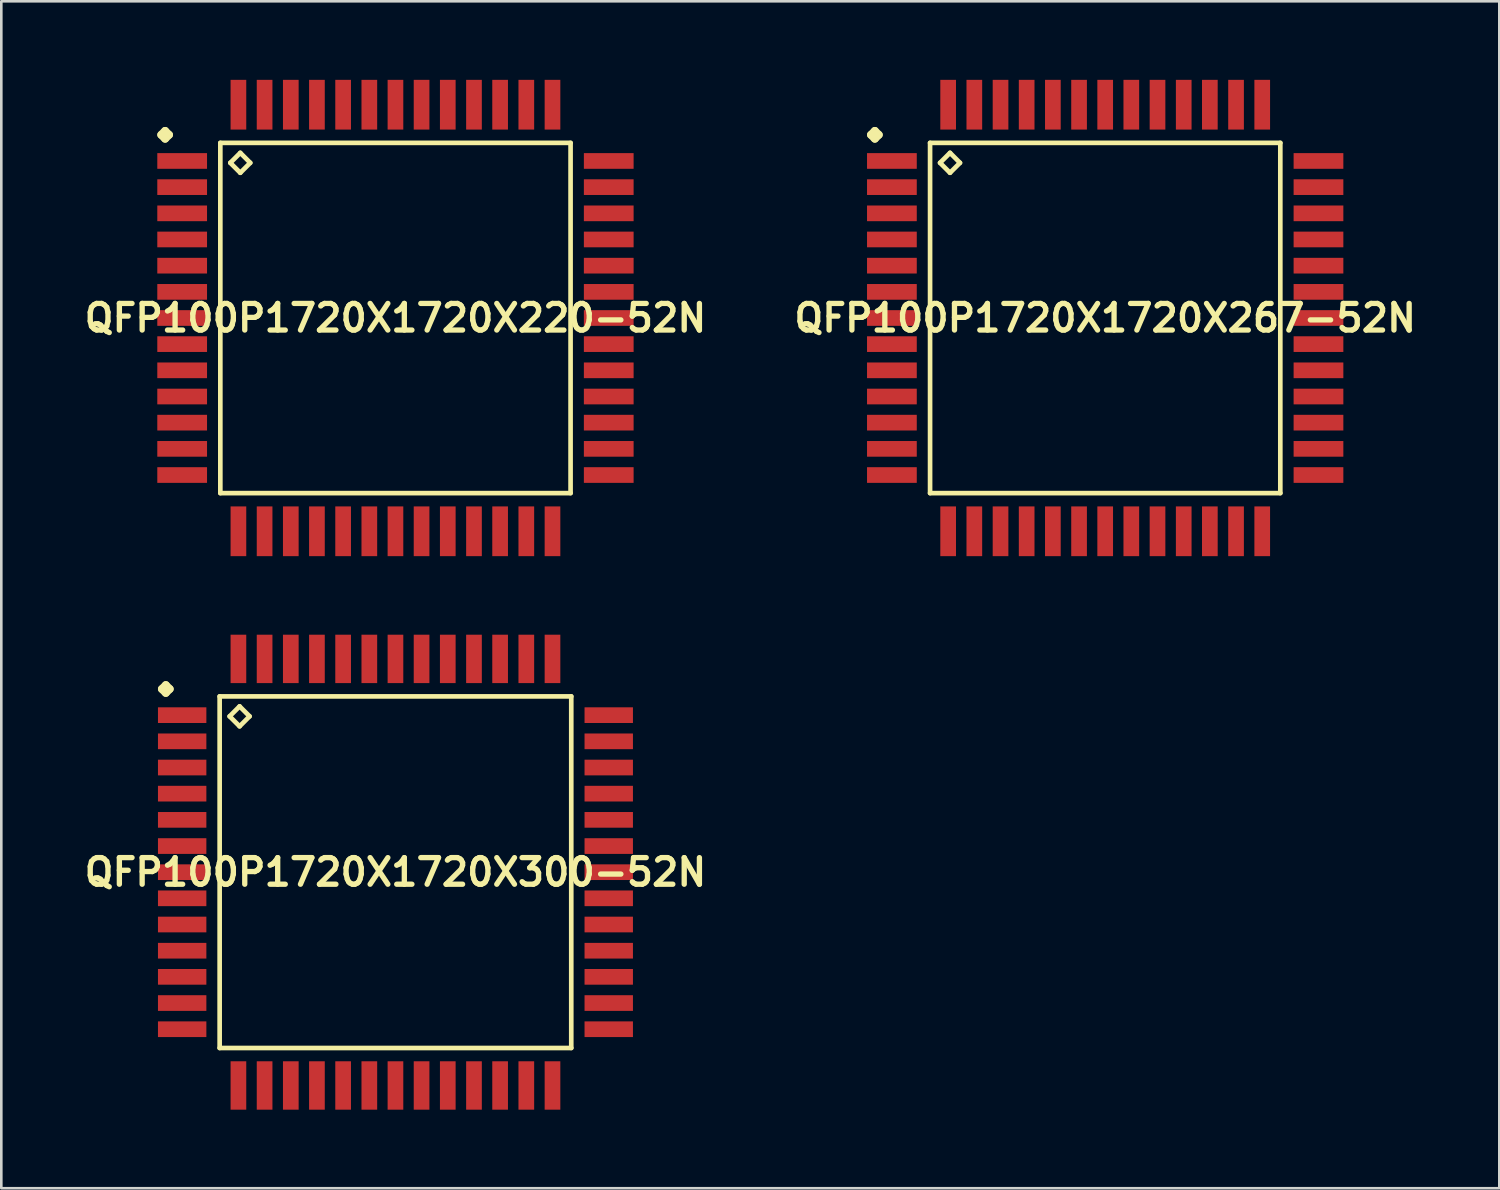
<source format=kicad_pcb>
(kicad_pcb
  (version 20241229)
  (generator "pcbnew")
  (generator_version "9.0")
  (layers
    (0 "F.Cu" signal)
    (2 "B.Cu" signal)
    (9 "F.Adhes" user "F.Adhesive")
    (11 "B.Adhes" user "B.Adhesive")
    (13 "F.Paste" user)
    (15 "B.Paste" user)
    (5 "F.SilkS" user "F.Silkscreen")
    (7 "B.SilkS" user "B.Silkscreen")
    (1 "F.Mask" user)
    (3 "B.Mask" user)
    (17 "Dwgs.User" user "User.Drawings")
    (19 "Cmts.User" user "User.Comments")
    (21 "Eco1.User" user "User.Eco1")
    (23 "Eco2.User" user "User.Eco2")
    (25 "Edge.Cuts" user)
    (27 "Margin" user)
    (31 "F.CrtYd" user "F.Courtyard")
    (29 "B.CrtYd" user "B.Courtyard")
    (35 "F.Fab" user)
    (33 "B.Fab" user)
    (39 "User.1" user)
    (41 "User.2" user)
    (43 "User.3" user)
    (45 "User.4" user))
  (footprint "QFP100P1720X1720X267-52N"
    (layer "F.Cu")
    (at 39.17 9.098)
    (property "Reference" "QFP100P1720X1720X267-52N" (at 0 0 0) (layer "F.SilkS") (effects (font (size 1.016 1.016) (thickness 0.203))))
    (attr smd)
    (fp_line (start -8.948 -6.998) (end -8.799 -7.148) (stroke (width 0.3) (type solid)) (layer "F.SilkS"))
    (fp_line (start -8.799 -7.148) (end -8.649 -6.998) (stroke (width 0.3) (type solid)) (layer "F.SilkS"))
    (fp_line (start -8.799 -6.848) (end -8.948 -6.998) (stroke (width 0.3) (type solid)) (layer "F.SilkS"))
    (fp_line (start -8.649 -6.998) (end -8.799 -6.848) (stroke (width 0.3) (type solid)) (layer "F.SilkS"))
    (fp_line (start -6.69 -6.69) (end -6.69 6.69) (stroke (width 0.178) (type solid)) (layer "F.SilkS"))
    (fp_line (start -6.69 6.69) (end 6.69 6.69) (stroke (width 0.178) (type solid)) (layer "F.SilkS"))
    (fp_line (start -6.309 -5.928) (end -5.928 -6.309) (stroke (width 0.178) (type solid)) (layer "F.SilkS"))
    (fp_line (start -5.928 -6.309) (end -5.547 -5.928) (stroke (width 0.178) (type solid)) (layer "F.SilkS"))
    (fp_line (start -5.928 -5.547) (end -6.309 -5.928) (stroke (width 0.178) (type solid)) (layer "F.SilkS"))
    (fp_line (start -5.547 -5.928) (end -5.928 -5.547) (stroke (width 0.178) (type solid)) (layer "F.SilkS"))
    (fp_line (start 6.69 -6.69) (end -6.69 -6.69) (stroke (width 0.178) (type solid)) (layer "F.SilkS"))
    (fp_line (start 6.69 6.69) (end 6.69 -6.69) (stroke (width 0.178) (type solid)) (layer "F.SilkS"))
    (pad "1" smd rect (at -8.148 -5.999) (size 1.9 0.599) (layers "F.Cu" "F.Mask" "F.Paste"))
    (pad "2" smd rect (at -8.148 -4.999) (size 1.9 0.599) (layers "F.Cu" "F.Mask" "F.Paste"))
    (pad "3" smd rect (at -8.148 -3.998) (size 1.9 0.599) (layers "F.Cu" "F.Mask" "F.Paste"))
    (pad "4" smd rect (at -8.148 -3) (size 1.9 0.599) (layers "F.Cu" "F.Mask" "F.Paste"))
    (pad "5" smd rect (at -8.148 -1.999) (size 1.9 0.599) (layers "F.Cu" "F.Mask" "F.Paste"))
    (pad "6" smd rect (at -8.148 -0.998) (size 1.9 0.599) (layers "F.Cu" "F.Mask" "F.Paste"))
    (pad "7" smd rect (at -8.148 0) (size 1.9 0.599) (layers "F.Cu" "F.Mask" "F.Paste"))
    (pad "8" smd rect (at -8.148 0.998) (size 1.9 0.599) (layers "F.Cu" "F.Mask" "F.Paste"))
    (pad "9" smd rect (at -8.148 1.999) (size 1.9 0.599) (layers "F.Cu" "F.Mask" "F.Paste"))
    (pad "10" smd rect (at -8.148 3) (size 1.9 0.599) (layers "F.Cu" "F.Mask" "F.Paste"))
    (pad "11" smd rect (at -8.148 3.998) (size 1.9 0.599) (layers "F.Cu" "F.Mask" "F.Paste"))
    (pad "12" smd rect (at -8.148 4.999) (size 1.9 0.599) (layers "F.Cu" "F.Mask" "F.Paste"))
    (pad "13" smd rect (at -8.148 5.999) (size 1.9 0.599) (layers "F.Cu" "F.Mask" "F.Paste"))
    (pad "14" smd rect (at -5.999 8.148) (size 0.599 1.9) (layers "F.Cu" "F.Mask" "F.Paste"))
    (pad "15" smd rect (at -4.999 8.148) (size 0.599 1.9) (layers "F.Cu" "F.Mask" "F.Paste"))
    (pad "16" smd rect (at -3.998 8.148) (size 0.599 1.9) (layers "F.Cu" "F.Mask" "F.Paste"))
    (pad "17" smd rect (at -3 8.148) (size 0.599 1.9) (layers "F.Cu" "F.Mask" "F.Paste"))
    (pad "18" smd rect (at -1.999 8.148) (size 0.599 1.9) (layers "F.Cu" "F.Mask" "F.Paste"))
    (pad "19" smd rect (at -0.998 8.148) (size 0.599 1.9) (layers "F.Cu" "F.Mask" "F.Paste"))
    (pad "20" smd rect (at 0 8.148) (size 0.599 1.9) (layers "F.Cu" "F.Mask" "F.Paste"))
    (pad "21" smd rect (at 0.998 8.148) (size 0.599 1.9) (layers "F.Cu" "F.Mask" "F.Paste"))
    (pad "22" smd rect (at 1.999 8.148) (size 0.599 1.9) (layers "F.Cu" "F.Mask" "F.Paste"))
    (pad "23" smd rect (at 3 8.148) (size 0.599 1.9) (layers "F.Cu" "F.Mask" "F.Paste"))
    (pad "24" smd rect (at 3.998 8.148) (size 0.599 1.9) (layers "F.Cu" "F.Mask" "F.Paste"))
    (pad "25" smd rect (at 4.999 8.148) (size 0.599 1.9) (layers "F.Cu" "F.Mask" "F.Paste"))
    (pad "26" smd rect (at 5.999 8.148) (size 0.599 1.9) (layers "F.Cu" "F.Mask" "F.Paste"))
    (pad "27" smd rect (at 8.148 5.999) (size 1.9 0.599) (layers "F.Cu" "F.Mask" "F.Paste"))
    (pad "28" smd rect (at 8.148 4.999) (size 1.9 0.599) (layers "F.Cu" "F.Mask" "F.Paste"))
    (pad "29" smd rect (at 8.148 3.998) (size 1.9 0.599) (layers "F.Cu" "F.Mask" "F.Paste"))
    (pad "30" smd rect (at 8.148 3) (size 1.9 0.599) (layers "F.Cu" "F.Mask" "F.Paste"))
    (pad "31" smd rect (at 8.148 1.999) (size 1.9 0.599) (layers "F.Cu" "F.Mask" "F.Paste"))
    (pad "32" smd rect (at 8.148 0.998) (size 1.9 0.599) (layers "F.Cu" "F.Mask" "F.Paste"))
    (pad "33" smd rect (at 8.148 0) (size 1.9 0.599) (layers "F.Cu" "F.Mask" "F.Paste"))
    (pad "34" smd rect (at 8.148 -0.998) (size 1.9 0.599) (layers "F.Cu" "F.Mask" "F.Paste"))
    (pad "35" smd rect (at 8.148 -1.999) (size 1.9 0.599) (layers "F.Cu" "F.Mask" "F.Paste"))
    (pad "36" smd rect (at 8.148 -3) (size 1.9 0.599) (layers "F.Cu" "F.Mask" "F.Paste"))
    (pad "37" smd rect (at 8.148 -3.998) (size 1.9 0.599) (layers "F.Cu" "F.Mask" "F.Paste"))
    (pad "38" smd rect (at 8.148 -4.999) (size 1.9 0.599) (layers "F.Cu" "F.Mask" "F.Paste"))
    (pad "39" smd rect (at 8.148 -5.999) (size 1.9 0.599) (layers "F.Cu" "F.Mask" "F.Paste"))
    (pad "40" smd rect (at 5.999 -8.148) (size 0.599 1.9) (layers "F.Cu" "F.Mask" "F.Paste"))
    (pad "41" smd rect (at 4.999 -8.148) (size 0.599 1.9) (layers "F.Cu" "F.Mask" "F.Paste"))
    (pad "42" smd rect (at 3.998 -8.148) (size 0.599 1.9) (layers "F.Cu" "F.Mask" "F.Paste"))
    (pad "43" smd rect (at 3 -8.148) (size 0.599 1.9) (layers "F.Cu" "F.Mask" "F.Paste"))
    (pad "44" smd rect (at 1.999 -8.148) (size 0.599 1.9) (layers "F.Cu" "F.Mask" "F.Paste"))
    (pad "45" smd rect (at 0.998 -8.148) (size 0.599 1.9) (layers "F.Cu" "F.Mask" "F.Paste"))
    (pad "46" smd rect (at 0 -8.148) (size 0.599 1.9) (layers "F.Cu" "F.Mask" "F.Paste"))
    (pad "47" smd rect (at -0.998 -8.148) (size 0.599 1.9) (layers "F.Cu" "F.Mask" "F.Paste"))
    (pad "48" smd rect (at -1.999 -8.148) (size 0.599 1.9) (layers "F.Cu" "F.Mask" "F.Paste"))
    (pad "49" smd rect (at -3 -8.148) (size 0.599 1.9) (layers "F.Cu" "F.Mask" "F.Paste"))
    (pad "50" smd rect (at -3.998 -8.148) (size 0.599 1.9) (layers "F.Cu" "F.Mask" "F.Paste"))
    (pad "51" smd rect (at -4.999 -8.148) (size 0.599 1.9) (layers "F.Cu" "F.Mask" "F.Paste"))
    (pad "52" smd rect (at -5.999 -8.148) (size 0.599 1.9) (layers "F.Cu" "F.Mask" "F.Paste")))
  (footprint "QFP100P1720X1720X300-52N"
    (layer "F.Cu")
    (at 12.057 30.269)
    (property "Reference" "QFP100P1720X1720X300-52N" (at 0 0 0) (layer "F.SilkS") (effects (font (size 1.016 1.016) (thickness 0.203))))
    (attr smd)
    (fp_line (start -8.923 -6.998) (end -8.773 -7.148) (stroke (width 0.3) (type solid)) (layer "F.SilkS"))
    (fp_line (start -8.773 -7.148) (end -8.623 -6.998) (stroke (width 0.3) (type solid)) (layer "F.SilkS"))
    (fp_line (start -8.773 -6.848) (end -8.923 -6.998) (stroke (width 0.3) (type solid)) (layer "F.SilkS"))
    (fp_line (start -8.623 -6.998) (end -8.773 -6.848) (stroke (width 0.3) (type solid)) (layer "F.SilkS"))
    (fp_line (start -6.716 -6.716) (end -6.716 6.716) (stroke (width 0.178) (type solid)) (layer "F.SilkS"))
    (fp_line (start -6.716 6.716) (end 6.716 6.716) (stroke (width 0.178) (type solid)) (layer "F.SilkS"))
    (fp_line (start -6.335 -5.954) (end -5.954 -6.335) (stroke (width 0.178) (type solid)) (layer "F.SilkS"))
    (fp_line (start -5.954 -6.335) (end -5.573 -5.954) (stroke (width 0.178) (type solid)) (layer "F.SilkS"))
    (fp_line (start -5.954 -5.573) (end -6.335 -5.954) (stroke (width 0.178) (type solid)) (layer "F.SilkS"))
    (fp_line (start -5.573 -5.954) (end -5.954 -5.573) (stroke (width 0.178) (type solid)) (layer "F.SilkS"))
    (fp_line (start 6.716 -6.716) (end -6.716 -6.716) (stroke (width 0.178) (type solid)) (layer "F.SilkS"))
    (fp_line (start 6.716 6.716) (end 6.716 -6.716) (stroke (width 0.178) (type solid)) (layer "F.SilkS"))
    (pad "1" smd rect (at -8.148 -5.999) (size 1.849 0.599) (layers "F.Cu" "F.Mask" "F.Paste"))
    (pad "2" smd rect (at -8.148 -4.999) (size 1.849 0.599) (layers "F.Cu" "F.Mask" "F.Paste"))
    (pad "3" smd rect (at -8.148 -3.998) (size 1.849 0.599) (layers "F.Cu" "F.Mask" "F.Paste"))
    (pad "4" smd rect (at -8.148 -3) (size 1.849 0.599) (layers "F.Cu" "F.Mask" "F.Paste"))
    (pad "5" smd rect (at -8.148 -1.999) (size 1.849 0.599) (layers "F.Cu" "F.Mask" "F.Paste"))
    (pad "6" smd rect (at -8.148 -0.998) (size 1.849 0.599) (layers "F.Cu" "F.Mask" "F.Paste"))
    (pad "7" smd rect (at -8.148 0) (size 1.849 0.599) (layers "F.Cu" "F.Mask" "F.Paste"))
    (pad "8" smd rect (at -8.148 0.998) (size 1.849 0.599) (layers "F.Cu" "F.Mask" "F.Paste"))
    (pad "9" smd rect (at -8.148 1.999) (size 1.849 0.599) (layers "F.Cu" "F.Mask" "F.Paste"))
    (pad "10" smd rect (at -8.148 3) (size 1.849 0.599) (layers "F.Cu" "F.Mask" "F.Paste"))
    (pad "11" smd rect (at -8.148 3.998) (size 1.849 0.599) (layers "F.Cu" "F.Mask" "F.Paste"))
    (pad "12" smd rect (at -8.148 4.999) (size 1.849 0.599) (layers "F.Cu" "F.Mask" "F.Paste"))
    (pad "13" smd rect (at -8.148 5.999) (size 1.849 0.599) (layers "F.Cu" "F.Mask" "F.Paste"))
    (pad "14" smd rect (at -5.999 8.148) (size 0.599 1.849) (layers "F.Cu" "F.Mask" "F.Paste"))
    (pad "15" smd rect (at -4.999 8.148) (size 0.599 1.849) (layers "F.Cu" "F.Mask" "F.Paste"))
    (pad "16" smd rect (at -3.998 8.148) (size 0.599 1.849) (layers "F.Cu" "F.Mask" "F.Paste"))
    (pad "17" smd rect (at -3 8.148) (size 0.599 1.849) (layers "F.Cu" "F.Mask" "F.Paste"))
    (pad "18" smd rect (at -1.999 8.148) (size 0.599 1.849) (layers "F.Cu" "F.Mask" "F.Paste"))
    (pad "19" smd rect (at -0.998 8.148) (size 0.599 1.849) (layers "F.Cu" "F.Mask" "F.Paste"))
    (pad "20" smd rect (at 0 8.148) (size 0.599 1.849) (layers "F.Cu" "F.Mask" "F.Paste"))
    (pad "21" smd rect (at 0.998 8.148) (size 0.599 1.849) (layers "F.Cu" "F.Mask" "F.Paste"))
    (pad "22" smd rect (at 1.999 8.148) (size 0.599 1.849) (layers "F.Cu" "F.Mask" "F.Paste"))
    (pad "23" smd rect (at 3 8.148) (size 0.599 1.849) (layers "F.Cu" "F.Mask" "F.Paste"))
    (pad "24" smd rect (at 3.998 8.148) (size 0.599 1.849) (layers "F.Cu" "F.Mask" "F.Paste"))
    (pad "25" smd rect (at 4.999 8.148) (size 0.599 1.849) (layers "F.Cu" "F.Mask" "F.Paste"))
    (pad "26" smd rect (at 5.999 8.148) (size 0.599 1.849) (layers "F.Cu" "F.Mask" "F.Paste"))
    (pad "27" smd rect (at 8.148 5.999) (size 1.849 0.599) (layers "F.Cu" "F.Mask" "F.Paste"))
    (pad "28" smd rect (at 8.148 4.999) (size 1.849 0.599) (layers "F.Cu" "F.Mask" "F.Paste"))
    (pad "29" smd rect (at 8.148 3.998) (size 1.849 0.599) (layers "F.Cu" "F.Mask" "F.Paste"))
    (pad "30" smd rect (at 8.148 3) (size 1.849 0.599) (layers "F.Cu" "F.Mask" "F.Paste"))
    (pad "31" smd rect (at 8.148 1.999) (size 1.849 0.599) (layers "F.Cu" "F.Mask" "F.Paste"))
    (pad "32" smd rect (at 8.148 0.998) (size 1.849 0.599) (layers "F.Cu" "F.Mask" "F.Paste"))
    (pad "33" smd rect (at 8.148 0) (size 1.849 0.599) (layers "F.Cu" "F.Mask" "F.Paste"))
    (pad "34" smd rect (at 8.148 -0.998) (size 1.849 0.599) (layers "F.Cu" "F.Mask" "F.Paste"))
    (pad "35" smd rect (at 8.148 -1.999) (size 1.849 0.599) (layers "F.Cu" "F.Mask" "F.Paste"))
    (pad "36" smd rect (at 8.148 -3) (size 1.849 0.599) (layers "F.Cu" "F.Mask" "F.Paste"))
    (pad "37" smd rect (at 8.148 -3.998) (size 1.849 0.599) (layers "F.Cu" "F.Mask" "F.Paste"))
    (pad "38" smd rect (at 8.148 -4.999) (size 1.849 0.599) (layers "F.Cu" "F.Mask" "F.Paste"))
    (pad "39" smd rect (at 8.148 -5.999) (size 1.849 0.599) (layers "F.Cu" "F.Mask" "F.Paste"))
    (pad "40" smd rect (at 5.999 -8.148) (size 0.599 1.849) (layers "F.Cu" "F.Mask" "F.Paste"))
    (pad "41" smd rect (at 4.999 -8.148) (size 0.599 1.849) (layers "F.Cu" "F.Mask" "F.Paste"))
    (pad "42" smd rect (at 3.998 -8.148) (size 0.599 1.849) (layers "F.Cu" "F.Mask" "F.Paste"))
    (pad "43" smd rect (at 3 -8.148) (size 0.599 1.849) (layers "F.Cu" "F.Mask" "F.Paste"))
    (pad "44" smd rect (at 1.999 -8.148) (size 0.599 1.849) (layers "F.Cu" "F.Mask" "F.Paste"))
    (pad "45" smd rect (at 0.998 -8.148) (size 0.599 1.849) (layers "F.Cu" "F.Mask" "F.Paste"))
    (pad "46" smd rect (at 0 -8.148) (size 0.599 1.849) (layers "F.Cu" "F.Mask" "F.Paste"))
    (pad "47" smd rect (at -0.998 -8.148) (size 0.599 1.849) (layers "F.Cu" "F.Mask" "F.Paste"))
    (pad "48" smd rect (at -1.999 -8.148) (size 0.599 1.849) (layers "F.Cu" "F.Mask" "F.Paste"))
    (pad "49" smd rect (at -3 -8.148) (size 0.599 1.849) (layers "F.Cu" "F.Mask" "F.Paste"))
    (pad "50" smd rect (at -3.998 -8.148) (size 0.599 1.849) (layers "F.Cu" "F.Mask" "F.Paste"))
    (pad "51" smd rect (at -4.999 -8.148) (size 0.599 1.849) (layers "F.Cu" "F.Mask" "F.Paste"))
    (pad "52" smd rect (at -5.999 -8.148) (size 0.599 1.849) (layers "F.Cu" "F.Mask" "F.Paste")))
  (footprint "QFP100P1720X1720X220-52N"
    (layer "F.Cu")
    (at 12.057 9.098)
    (property "Reference" "QFP100P1720X1720X220-52N" (at 0 0 0) (layer "F.SilkS") (effects (font (size 1.016 1.016) (thickness 0.203))))
    (attr smd)
    (fp_line (start -8.948 -6.998) (end -8.799 -7.148) (stroke (width 0.3) (type solid)) (layer "F.SilkS"))
    (fp_line (start -8.799 -7.148) (end -8.649 -6.998) (stroke (width 0.3) (type solid)) (layer "F.SilkS"))
    (fp_line (start -8.799 -6.848) (end -8.948 -6.998) (stroke (width 0.3) (type solid)) (layer "F.SilkS"))
    (fp_line (start -8.649 -6.998) (end -8.799 -6.848) (stroke (width 0.3) (type solid)) (layer "F.SilkS"))
    (fp_line (start -6.69 -6.69) (end -6.69 6.69) (stroke (width 0.178) (type solid)) (layer "F.SilkS"))
    (fp_line (start -6.69 6.69) (end 6.69 6.69) (stroke (width 0.178) (type solid)) (layer "F.SilkS"))
    (fp_line (start -6.309 -5.928) (end -5.928 -6.309) (stroke (width 0.178) (type solid)) (layer "F.SilkS"))
    (fp_line (start -5.928 -6.309) (end -5.547 -5.928) (stroke (width 0.178) (type solid)) (layer "F.SilkS"))
    (fp_line (start -5.928 -5.547) (end -6.309 -5.928) (stroke (width 0.178) (type solid)) (layer "F.SilkS"))
    (fp_line (start -5.547 -5.928) (end -5.928 -5.547) (stroke (width 0.178) (type solid)) (layer "F.SilkS"))
    (fp_line (start 6.69 -6.69) (end -6.69 -6.69) (stroke (width 0.178) (type solid)) (layer "F.SilkS"))
    (fp_line (start 6.69 6.69) (end 6.69 -6.69) (stroke (width 0.178) (type solid)) (layer "F.SilkS"))
    (pad "1" smd rect (at -8.148 -5.999) (size 1.9 0.599) (layers "F.Cu" "F.Mask" "F.Paste"))
    (pad "2" smd rect (at -8.148 -4.999) (size 1.9 0.599) (layers "F.Cu" "F.Mask" "F.Paste"))
    (pad "3" smd rect (at -8.148 -3.998) (size 1.9 0.599) (layers "F.Cu" "F.Mask" "F.Paste"))
    (pad "4" smd rect (at -8.148 -3) (size 1.9 0.599) (layers "F.Cu" "F.Mask" "F.Paste"))
    (pad "5" smd rect (at -8.148 -1.999) (size 1.9 0.599) (layers "F.Cu" "F.Mask" "F.Paste"))
    (pad "6" smd rect (at -8.148 -0.998) (size 1.9 0.599) (layers "F.Cu" "F.Mask" "F.Paste"))
    (pad "7" smd rect (at -8.148 0) (size 1.9 0.599) (layers "F.Cu" "F.Mask" "F.Paste"))
    (pad "8" smd rect (at -8.148 0.998) (size 1.9 0.599) (layers "F.Cu" "F.Mask" "F.Paste"))
    (pad "9" smd rect (at -8.148 1.999) (size 1.9 0.599) (layers "F.Cu" "F.Mask" "F.Paste"))
    (pad "10" smd rect (at -8.148 3) (size 1.9 0.599) (layers "F.Cu" "F.Mask" "F.Paste"))
    (pad "11" smd rect (at -8.148 3.998) (size 1.9 0.599) (layers "F.Cu" "F.Mask" "F.Paste"))
    (pad "12" smd rect (at -8.148 4.999) (size 1.9 0.599) (layers "F.Cu" "F.Mask" "F.Paste"))
    (pad "13" smd rect (at -8.148 5.999) (size 1.9 0.599) (layers "F.Cu" "F.Mask" "F.Paste"))
    (pad "14" smd rect (at -5.999 8.148) (size 0.599 1.9) (layers "F.Cu" "F.Mask" "F.Paste"))
    (pad "15" smd rect (at -4.999 8.148) (size 0.599 1.9) (layers "F.Cu" "F.Mask" "F.Paste"))
    (pad "16" smd rect (at -3.998 8.148) (size 0.599 1.9) (layers "F.Cu" "F.Mask" "F.Paste"))
    (pad "17" smd rect (at -3 8.148) (size 0.599 1.9) (layers "F.Cu" "F.Mask" "F.Paste"))
    (pad "18" smd rect (at -1.999 8.148) (size 0.599 1.9) (layers "F.Cu" "F.Mask" "F.Paste"))
    (pad "19" smd rect (at -0.998 8.148) (size 0.599 1.9) (layers "F.Cu" "F.Mask" "F.Paste"))
    (pad "20" smd rect (at 0 8.148) (size 0.599 1.9) (layers "F.Cu" "F.Mask" "F.Paste"))
    (pad "21" smd rect (at 0.998 8.148) (size 0.599 1.9) (layers "F.Cu" "F.Mask" "F.Paste"))
    (pad "22" smd rect (at 1.999 8.148) (size 0.599 1.9) (layers "F.Cu" "F.Mask" "F.Paste"))
    (pad "23" smd rect (at 3 8.148) (size 0.599 1.9) (layers "F.Cu" "F.Mask" "F.Paste"))
    (pad "24" smd rect (at 3.998 8.148) (size 0.599 1.9) (layers "F.Cu" "F.Mask" "F.Paste"))
    (pad "25" smd rect (at 4.999 8.148) (size 0.599 1.9) (layers "F.Cu" "F.Mask" "F.Paste"))
    (pad "26" smd rect (at 5.999 8.148) (size 0.599 1.9) (layers "F.Cu" "F.Mask" "F.Paste"))
    (pad "27" smd rect (at 8.148 5.999) (size 1.9 0.599) (layers "F.Cu" "F.Mask" "F.Paste"))
    (pad "28" smd rect (at 8.148 4.999) (size 1.9 0.599) (layers "F.Cu" "F.Mask" "F.Paste"))
    (pad "29" smd rect (at 8.148 3.998) (size 1.9 0.599) (layers "F.Cu" "F.Mask" "F.Paste"))
    (pad "30" smd rect (at 8.148 3) (size 1.9 0.599) (layers "F.Cu" "F.Mask" "F.Paste"))
    (pad "31" smd rect (at 8.148 1.999) (size 1.9 0.599) (layers "F.Cu" "F.Mask" "F.Paste"))
    (pad "32" smd rect (at 8.148 0.998) (size 1.9 0.599) (layers "F.Cu" "F.Mask" "F.Paste"))
    (pad "33" smd rect (at 8.148 0) (size 1.9 0.599) (layers "F.Cu" "F.Mask" "F.Paste"))
    (pad "34" smd rect (at 8.148 -0.998) (size 1.9 0.599) (layers "F.Cu" "F.Mask" "F.Paste"))
    (pad "35" smd rect (at 8.148 -1.999) (size 1.9 0.599) (layers "F.Cu" "F.Mask" "F.Paste"))
    (pad "36" smd rect (at 8.148 -3) (size 1.9 0.599) (layers "F.Cu" "F.Mask" "F.Paste"))
    (pad "37" smd rect (at 8.148 -3.998) (size 1.9 0.599) (layers "F.Cu" "F.Mask" "F.Paste"))
    (pad "38" smd rect (at 8.148 -4.999) (size 1.9 0.599) (layers "F.Cu" "F.Mask" "F.Paste"))
    (pad "39" smd rect (at 8.148 -5.999) (size 1.9 0.599) (layers "F.Cu" "F.Mask" "F.Paste"))
    (pad "40" smd rect (at 5.999 -8.148) (size 0.599 1.9) (layers "F.Cu" "F.Mask" "F.Paste"))
    (pad "41" smd rect (at 4.999 -8.148) (size 0.599 1.9) (layers "F.Cu" "F.Mask" "F.Paste"))
    (pad "42" smd rect (at 3.998 -8.148) (size 0.599 1.9) (layers "F.Cu" "F.Mask" "F.Paste"))
    (pad "43" smd rect (at 3 -8.148) (size 0.599 1.9) (layers "F.Cu" "F.Mask" "F.Paste"))
    (pad "44" smd rect (at 1.999 -8.148) (size 0.599 1.9) (layers "F.Cu" "F.Mask" "F.Paste"))
    (pad "45" smd rect (at 0.998 -8.148) (size 0.599 1.9) (layers "F.Cu" "F.Mask" "F.Paste"))
    (pad "46" smd rect (at 0 -8.148) (size 0.599 1.9) (layers "F.Cu" "F.Mask" "F.Paste"))
    (pad "47" smd rect (at -0.998 -8.148) (size 0.599 1.9) (layers "F.Cu" "F.Mask" "F.Paste"))
    (pad "48" smd rect (at -1.999 -8.148) (size 0.599 1.9) (layers "F.Cu" "F.Mask" "F.Paste"))
    (pad "49" smd rect (at -3 -8.148) (size 0.599 1.9) (layers "F.Cu" "F.Mask" "F.Paste"))
    (pad "50" smd rect (at -3.998 -8.148) (size 0.599 1.9) (layers "F.Cu" "F.Mask" "F.Paste"))
    (pad "51" smd rect (at -4.999 -8.148) (size 0.599 1.9) (layers "F.Cu" "F.Mask" "F.Paste"))
    (pad "52" smd rect (at -5.999 -8.148) (size 0.599 1.9) (layers "F.Cu" "F.Mask" "F.Paste")))
  (gr_rect
    (start -3 -3)
    (end 54.226 42.342)
    (stroke (width 0.1) (type default))
    (fill no)
    (layer "Edge.Cuts")))
</source>
